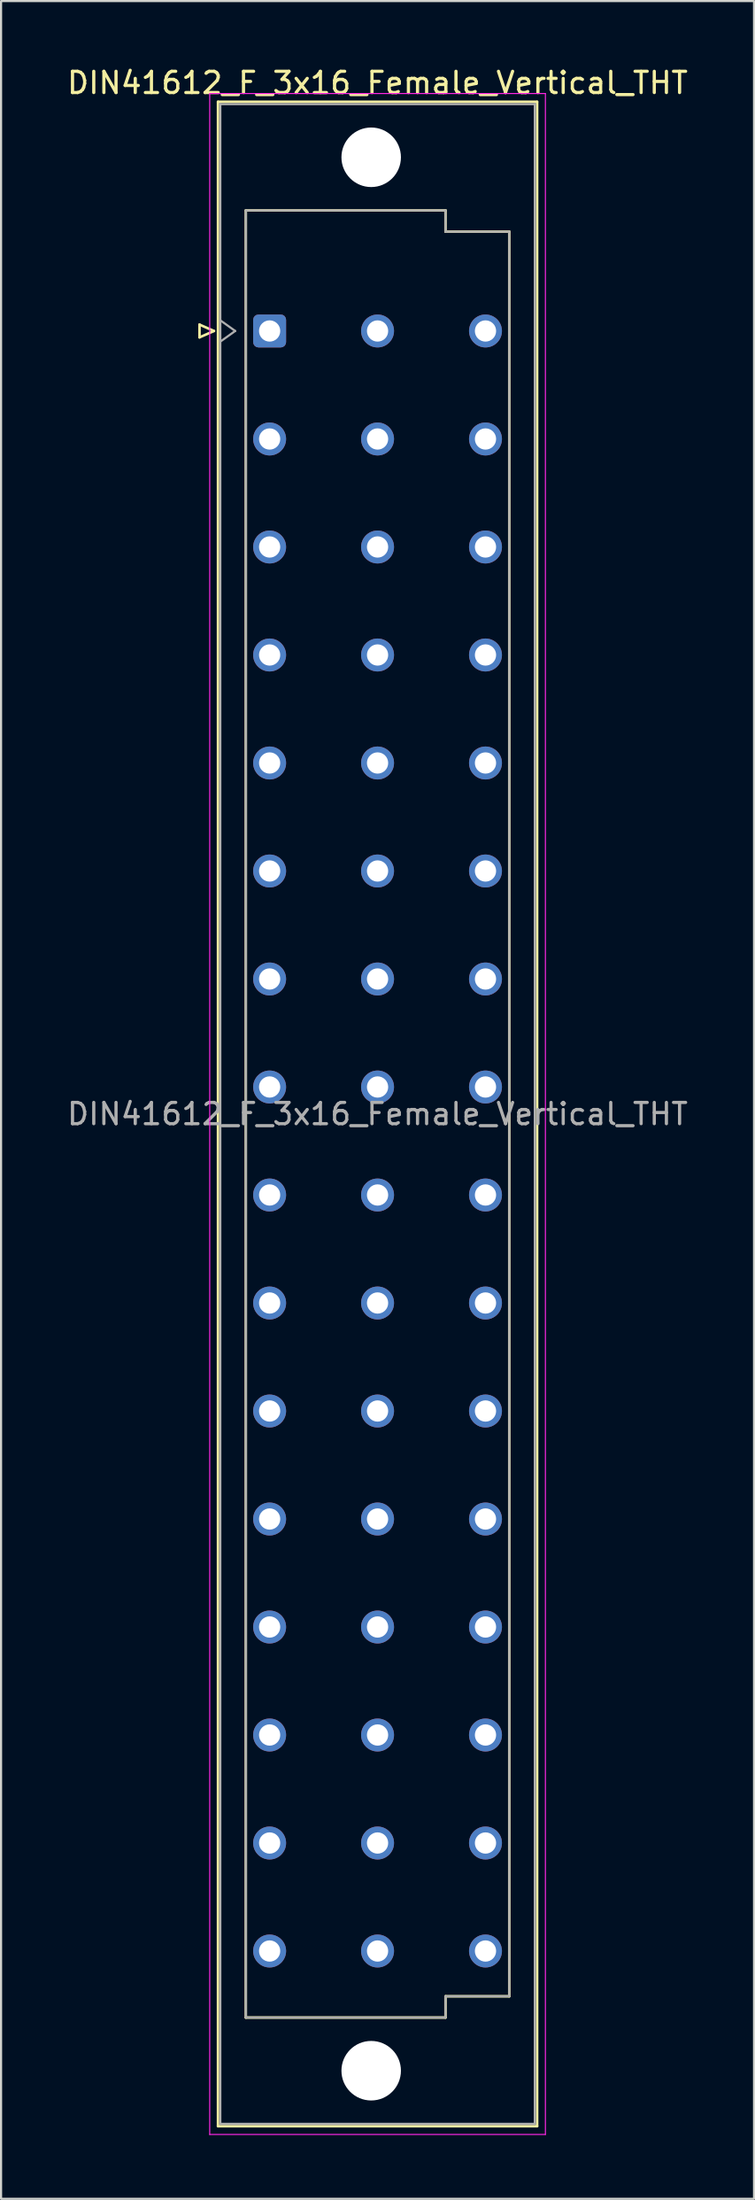
<source format=kicad_pcb>
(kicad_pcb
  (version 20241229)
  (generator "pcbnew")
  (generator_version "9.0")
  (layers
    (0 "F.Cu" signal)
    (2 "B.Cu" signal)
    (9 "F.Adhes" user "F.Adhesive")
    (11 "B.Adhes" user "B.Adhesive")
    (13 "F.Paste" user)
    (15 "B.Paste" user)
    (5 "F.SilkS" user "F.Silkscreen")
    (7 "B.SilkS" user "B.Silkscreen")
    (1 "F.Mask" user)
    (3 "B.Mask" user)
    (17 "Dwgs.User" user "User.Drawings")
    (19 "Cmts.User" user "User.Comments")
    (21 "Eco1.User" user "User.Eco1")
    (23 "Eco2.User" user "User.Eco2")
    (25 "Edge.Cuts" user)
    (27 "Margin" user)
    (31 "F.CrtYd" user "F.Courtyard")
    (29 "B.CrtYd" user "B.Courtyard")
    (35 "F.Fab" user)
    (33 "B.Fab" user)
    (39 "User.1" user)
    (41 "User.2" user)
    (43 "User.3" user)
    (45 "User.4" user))
  (footprint "DIN41612_F_3x16_Female_Vertical_THT"
    (layer "F.Cu")
    (at 12.18 9.978)
    (property "Reference" "DIN41612_F_3x16_Female_Vertical_THT" (at 2.54 -9.13 0) (layer "F.SilkS") (effects (font (size 1 1) (thickness 0.15))))
    (attr through_hole)
    (fp_line (start -5.84 2.24) (end -5.84 2.84) (stroke (width 0.12) (type solid)) (layer "F.SilkS"))
    (fp_line (start -5.84 2.84) (end -5.16 2.54) (stroke (width 0.12) (type solid)) (layer "F.SilkS"))
    (fp_line (start -5.16 2.54) (end -5.84 2.24) (stroke (width 0.12) (type solid)) (layer "F.SilkS"))
    (fp_line (start -4.97 -8.24) (end 10.05 -8.24) (stroke (width 0.12) (type solid)) (layer "F.SilkS"))
    (fp_line (start -4.97 86.98) (end -4.97 -8.24) (stroke (width 0.12) (type solid)) (layer "F.SilkS"))
    (fp_line (start -3.66 -3.131) (end 5.74 -3.131) (stroke (width 0.12) (type solid)) (layer "F.SilkS"))
    (fp_line (start -3.66 81.87) (end -3.66 -3.131) (stroke (width 0.12) (type solid)) (layer "F.SilkS"))
    (fp_line (start 5.74 -3.131) (end 5.74 -2.131) (stroke (width 0.12) (type solid)) (layer "F.SilkS"))
    (fp_line (start 5.74 -2.131) (end 8.74 -2.131) (stroke (width 0.12) (type solid)) (layer "F.SilkS"))
    (fp_line (start 5.74 80.87) (end 5.74 81.87) (stroke (width 0.12) (type solid)) (layer "F.SilkS"))
    (fp_line (start 5.74 81.87) (end -3.66 81.87) (stroke (width 0.12) (type solid)) (layer "F.SilkS"))
    (fp_line (start 8.74 -2.131) (end 8.74 80.87) (stroke (width 0.12) (type solid)) (layer "F.SilkS"))
    (fp_line (start 8.74 80.87) (end 5.74 80.87) (stroke (width 0.12) (type solid)) (layer "F.SilkS"))
    (fp_line (start 10.05 -8.24) (end 10.05 86.98) (stroke (width 0.12) (type solid)) (layer "F.SilkS"))
    (fp_line (start 10.05 86.98) (end -4.97 86.98) (stroke (width 0.12) (type solid)) (layer "F.SilkS"))
    (fp_line (start -5.36 -8.63) (end 10.44 -8.63) (stroke (width 0.05) (type solid)) (layer "F.CrtYd"))
    (fp_line (start -5.36 87.37) (end -5.36 -8.63) (stroke (width 0.05) (type solid)) (layer "F.CrtYd"))
    (fp_line (start 10.44 -8.63) (end 10.44 87.37) (stroke (width 0.05) (type solid)) (layer "F.CrtYd"))
    (fp_line (start 10.44 87.37) (end -5.36 87.37) (stroke (width 0.05) (type solid)) (layer "F.CrtYd"))
    (fp_line (start -4.86 -8.13) (end 9.94 -8.13) (stroke (width 0.1) (type solid)) (layer "F.Fab"))
    (fp_line (start -4.86 2.04) (end -4.16 2.54) (stroke (width 0.1) (type solid)) (layer "F.Fab"))
    (fp_line (start -4.86 86.87) (end -4.86 -8.13) (stroke (width 0.1) (type solid)) (layer "F.Fab"))
    (fp_line (start -4.16 2.54) (end -4.86 3.04) (stroke (width 0.1) (type solid)) (layer "F.Fab"))
    (fp_line (start -3.66 -3.13) (end 5.74 -3.13) (stroke (width 0.1) (type solid)) (layer "F.Fab"))
    (fp_line (start -3.66 81.87) (end -3.66 -3.13) (stroke (width 0.1) (type solid)) (layer "F.Fab"))
    (fp_line (start 5.74 -3.13) (end 5.74 -2.13) (stroke (width 0.1) (type solid)) (layer "F.Fab"))
    (fp_line (start 5.74 -2.13) (end 8.74 -2.13) (stroke (width 0.1) (type solid)) (layer "F.Fab"))
    (fp_line (start 5.74 80.87) (end 5.74 81.87) (stroke (width 0.1) (type solid)) (layer "F.Fab"))
    (fp_line (start 5.74 81.87) (end -3.66 81.87) (stroke (width 0.1) (type solid)) (layer "F.Fab"))
    (fp_line (start 8.74 -2.13) (end 8.74 80.87) (stroke (width 0.1) (type solid)) (layer "F.Fab"))
    (fp_line (start 8.74 80.87) (end 5.74 80.87) (stroke (width 0.1) (type solid)) (layer "F.Fab"))
    (fp_line (start 9.94 -8.13) (end 9.94 86.87) (stroke (width 0.1) (type solid)) (layer "F.Fab"))
    (fp_line (start 9.94 86.87) (end -4.86 86.87) (stroke (width 0.1) (type solid)) (layer "F.Fab"))
    (fp_text user "${REFERENCE}" (at 2.54 39.37 0) (layer "F.Fab") (effects (font (size 1 1) (thickness 0.15))))
    (pad "" np_thru_hole circle (at 2.24 -5.63) (size 2.8 2.8) (drill 2.8) (layers "*.Cu" "*.Mask"))
    (pad "" np_thru_hole circle (at 2.24 84.37) (size 2.8 2.8) (drill 2.8) (layers "*.Cu" "*.Mask"))
    (pad "b0" thru_hole circle (at 2.54 2.54) (size 1.55 1.55) (drill 1) (layers "*.Cu" "*.Mask"))
    (pad "b1" thru_hole circle (at 2.54 7.62) (size 1.55 1.55) (drill 1) (layers "*.Cu" "*.Mask"))
    (pad "b2" thru_hole circle (at 2.54 12.7) (size 1.55 1.55) (drill 1) (layers "*.Cu" "*.Mask"))
    (pad "b3" thru_hole circle (at 2.54 17.78) (size 1.55 1.55) (drill 1) (layers "*.Cu" "*.Mask"))
    (pad "b4" thru_hole circle (at 2.54 22.86) (size 1.55 1.55) (drill 1) (layers "*.Cu" "*.Mask"))
    (pad "b5" thru_hole circle (at 2.54 27.94) (size 1.55 1.55) (drill 1) (layers "*.Cu" "*.Mask"))
    (pad "b6" thru_hole circle (at 2.54 33.02) (size 1.55 1.55) (drill 1) (layers "*.Cu" "*.Mask"))
    (pad "b7" thru_hole circle (at 2.54 38.1) (size 1.55 1.55) (drill 1) (layers "*.Cu" "*.Mask"))
    (pad "b8" thru_hole circle (at 2.54 43.18) (size 1.55 1.55) (drill 1) (layers "*.Cu" "*.Mask"))
    (pad "b9" thru_hole circle (at 2.54 48.26) (size 1.55 1.55) (drill 1) (layers "*.Cu" "*.Mask"))
    (pad "b10" thru_hole circle (at 2.54 53.34) (size 1.55 1.55) (drill 1) (layers "*.Cu" "*.Mask"))
    (pad "b11" thru_hole circle (at 2.54 58.42) (size 1.55 1.55) (drill 1) (layers "*.Cu" "*.Mask"))
    (pad "b12" thru_hole circle (at 2.54 63.5) (size 1.55 1.55) (drill 1) (layers "*.Cu" "*.Mask"))
    (pad "b13" thru_hole circle (at 2.54 68.58) (size 1.55 1.55) (drill 1) (layers "*.Cu" "*.Mask"))
    (pad "b14" thru_hole circle (at 2.54 73.66) (size 1.55 1.55) (drill 1) (layers "*.Cu" "*.Mask"))
    (pad "b15" thru_hole circle (at 2.54 78.74) (size 1.55 1.55) (drill 1) (layers "*.Cu" "*.Mask"))
    (pad "d0" thru_hole circle (at 7.62 2.54) (size 1.55 1.55) (drill 1) (layers "*.Cu" "*.Mask"))
    (pad "d1" thru_hole circle (at 7.62 7.62) (size 1.55 1.55) (drill 1) (layers "*.Cu" "*.Mask"))
    (pad "d2" thru_hole circle (at 7.62 12.7) (size 1.55 1.55) (drill 1) (layers "*.Cu" "*.Mask"))
    (pad "d3" thru_hole circle (at 7.62 17.78) (size 1.55 1.55) (drill 1) (layers "*.Cu" "*.Mask"))
    (pad "d4" thru_hole circle (at 7.62 22.86) (size 1.55 1.55) (drill 1) (layers "*.Cu" "*.Mask"))
    (pad "d5" thru_hole circle (at 7.62 27.94) (size 1.55 1.55) (drill 1) (layers "*.Cu" "*.Mask"))
    (pad "d6" thru_hole circle (at 7.62 33.02) (size 1.55 1.55) (drill 1) (layers "*.Cu" "*.Mask"))
    (pad "d7" thru_hole circle (at 7.62 38.1) (size 1.55 1.55) (drill 1) (layers "*.Cu" "*.Mask"))
    (pad "d8" thru_hole circle (at 7.62 43.18) (size 1.55 1.55) (drill 1) (layers "*.Cu" "*.Mask"))
    (pad "d9" thru_hole circle (at 7.62 48.26) (size 1.55 1.55) (drill 1) (layers "*.Cu" "*.Mask"))
    (pad "d10" thru_hole circle (at 7.62 53.34) (size 1.55 1.55) (drill 1) (layers "*.Cu" "*.Mask"))
    (pad "d11" thru_hole circle (at 7.62 58.42) (size 1.55 1.55) (drill 1) (layers "*.Cu" "*.Mask"))
    (pad "d12" thru_hole circle (at 7.62 63.5) (size 1.55 1.55) (drill 1) (layers "*.Cu" "*.Mask"))
    (pad "d13" thru_hole circle (at 7.62 68.58) (size 1.55 1.55) (drill 1) (layers "*.Cu" "*.Mask"))
    (pad "d14" thru_hole circle (at 7.62 73.66) (size 1.55 1.55) (drill 1) (layers "*.Cu" "*.Mask"))
    (pad "d15" thru_hole circle (at 7.62 78.74) (size 1.55 1.55) (drill 1) (layers "*.Cu" "*.Mask"))
    (pad "z0" thru_hole roundrect (at -2.54 2.54) (size 1.55 1.55) (drill 1) (layers "*.Cu" "*.Mask") (roundrect_rratio 0.161))
    (pad "z1" thru_hole circle (at -2.54 7.62) (size 1.55 1.55) (drill 1) (layers "*.Cu" "*.Mask"))
    (pad "z2" thru_hole circle (at -2.54 12.7) (size 1.55 1.55) (drill 1) (layers "*.Cu" "*.Mask"))
    (pad "z3" thru_hole circle (at -2.54 17.78) (size 1.55 1.55) (drill 1) (layers "*.Cu" "*.Mask"))
    (pad "z4" thru_hole circle (at -2.54 22.86) (size 1.55 1.55) (drill 1) (layers "*.Cu" "*.Mask"))
    (pad "z5" thru_hole circle (at -2.54 27.94) (size 1.55 1.55) (drill 1) (layers "*.Cu" "*.Mask"))
    (pad "z6" thru_hole circle (at -2.54 33.02) (size 1.55 1.55) (drill 1) (layers "*.Cu" "*.Mask"))
    (pad "z7" thru_hole circle (at -2.54 38.1) (size 1.55 1.55) (drill 1) (layers "*.Cu" "*.Mask"))
    (pad "z8" thru_hole circle (at -2.54 43.18) (size 1.55 1.55) (drill 1) (layers "*.Cu" "*.Mask"))
    (pad "z9" thru_hole circle (at -2.54 48.26) (size 1.55 1.55) (drill 1) (layers "*.Cu" "*.Mask"))
    (pad "z10" thru_hole circle (at -2.54 53.34) (size 1.55 1.55) (drill 1) (layers "*.Cu" "*.Mask"))
    (pad "z11" thru_hole circle (at -2.54 58.42) (size 1.55 1.55) (drill 1) (layers "*.Cu" "*.Mask"))
    (pad "z12" thru_hole circle (at -2.54 63.5) (size 1.55 1.55) (drill 1) (layers "*.Cu" "*.Mask"))
    (pad "z13" thru_hole circle (at -2.54 68.58) (size 1.55 1.55) (drill 1) (layers "*.Cu" "*.Mask"))
    (pad "z14" thru_hole circle (at -2.54 73.66) (size 1.55 1.55) (drill 1) (layers "*.Cu" "*.Mask"))
    (pad "z15" thru_hole circle (at -2.54 78.74) (size 1.55 1.55) (drill 1) (layers "*.Cu" "*.Mask")))
  (gr_rect
    (start -3 -3)
    (end 32.44 100.373)
    (stroke (width 0.1) (type default))
    (fill no)
    (layer "Edge.Cuts")))
</source>
